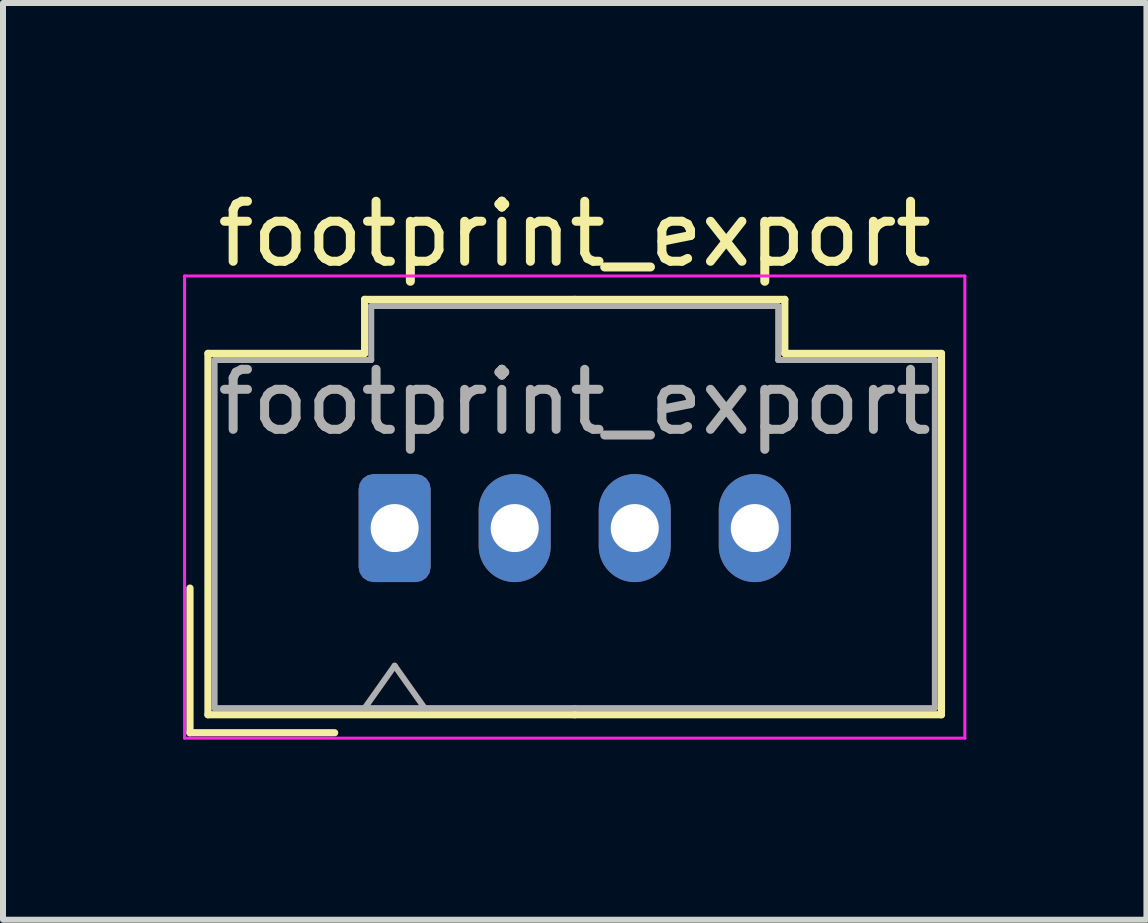
<source format=kicad_pcb>
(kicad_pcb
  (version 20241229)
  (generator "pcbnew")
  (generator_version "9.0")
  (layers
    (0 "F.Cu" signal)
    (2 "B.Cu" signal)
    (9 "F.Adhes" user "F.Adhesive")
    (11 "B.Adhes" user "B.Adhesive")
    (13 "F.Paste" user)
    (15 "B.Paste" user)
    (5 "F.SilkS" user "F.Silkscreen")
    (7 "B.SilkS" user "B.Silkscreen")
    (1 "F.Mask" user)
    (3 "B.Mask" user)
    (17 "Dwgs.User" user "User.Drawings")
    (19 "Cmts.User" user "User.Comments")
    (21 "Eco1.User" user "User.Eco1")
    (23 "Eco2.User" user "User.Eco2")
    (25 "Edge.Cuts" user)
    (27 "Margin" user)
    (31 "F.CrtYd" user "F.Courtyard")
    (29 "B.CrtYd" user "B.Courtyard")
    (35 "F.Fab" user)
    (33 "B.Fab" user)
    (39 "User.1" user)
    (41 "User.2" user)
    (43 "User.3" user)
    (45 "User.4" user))
  (footprint "footprint_export"
    (layer "F.Cu")
    (at 3.525 5.748)
    (property "Reference" "footprint_export" (at 3 -4.9 0) (layer "F.SilkS") (effects (font (size 1 1) (thickness 0.15))))
    (attr through_hole)
    (fp_line (start -3.41 1) (end -3.41 3.41) (stroke (width 0.12) (type solid)) (layer "F.SilkS"))
    (fp_line (start -3.41 3.41) (end -1 3.41) (stroke (width 0.12) (type solid)) (layer "F.SilkS"))
    (fp_line (start -3.11 -2.91) (end -3.11 3.11) (stroke (width 0.12) (type solid)) (layer "F.SilkS"))
    (fp_line (start -3.11 3.11) (end 3 3.11) (stroke (width 0.12) (type solid)) (layer "F.SilkS"))
    (fp_line (start -0.5 -3.81) (end -0.5 -2.91) (stroke (width 0.12) (type solid)) (layer "F.SilkS"))
    (fp_line (start -0.5 -2.91) (end -3.11 -2.91) (stroke (width 0.12) (type solid)) (layer "F.SilkS"))
    (fp_line (start 3 -3.81) (end -0.5 -3.81) (stroke (width 0.12) (type solid)) (layer "F.SilkS"))
    (fp_line (start 3 -3.81) (end 6.5 -3.81) (stroke (width 0.12) (type solid)) (layer "F.SilkS"))
    (fp_line (start 6.5 -3.81) (end 6.5 -2.91) (stroke (width 0.12) (type solid)) (layer "F.SilkS"))
    (fp_line (start 6.5 -2.91) (end 9.11 -2.91) (stroke (width 0.12) (type solid)) (layer "F.SilkS"))
    (fp_line (start 9.11 -2.91) (end 9.11 3.11) (stroke (width 0.12) (type solid)) (layer "F.SilkS"))
    (fp_line (start 9.11 3.11) (end 3 3.11) (stroke (width 0.12) (type solid)) (layer "F.SilkS"))
    (fp_line (start -3.5 -4.2) (end -3.5 3.5) (stroke (width 0.05) (type solid)) (layer "F.CrtYd"))
    (fp_line (start -3.5 3.5) (end 9.5 3.5) (stroke (width 0.05) (type solid)) (layer "F.CrtYd"))
    (fp_line (start 9.5 -4.2) (end -3.5 -4.2) (stroke (width 0.05) (type solid)) (layer "F.CrtYd"))
    (fp_line (start 9.5 3.5) (end 9.5 -4.2) (stroke (width 0.05) (type solid)) (layer "F.CrtYd"))
    (fp_line (start -3 -2.8) (end -3 3) (stroke (width 0.1) (type solid)) (layer "F.Fab"))
    (fp_line (start -3 3) (end 3 3) (stroke (width 0.1) (type solid)) (layer "F.Fab"))
    (fp_line (start -0.5 3) (end 0 2.293) (stroke (width 0.1) (type solid)) (layer "F.Fab"))
    (fp_line (start -0.39 -3.7) (end -0.39 -2.8) (stroke (width 0.1) (type solid)) (layer "F.Fab"))
    (fp_line (start -0.39 -2.8) (end -3 -2.8) (stroke (width 0.1) (type solid)) (layer "F.Fab"))
    (fp_line (start 0 2.293) (end 0.5 3) (stroke (width 0.1) (type solid)) (layer "F.Fab"))
    (fp_line (start 3 -3.7) (end -0.39 -3.7) (stroke (width 0.1) (type solid)) (layer "F.Fab"))
    (fp_line (start 3 -3.7) (end 6.39 -3.7) (stroke (width 0.1) (type solid)) (layer "F.Fab"))
    (fp_line (start 6.39 -3.7) (end 6.39 -2.8) (stroke (width 0.1) (type solid)) (layer "F.Fab"))
    (fp_line (start 6.39 -2.8) (end 9 -2.8) (stroke (width 0.1) (type solid)) (layer "F.Fab"))
    (fp_line (start 9 -2.8) (end 9 3) (stroke (width 0.1) (type solid)) (layer "F.Fab"))
    (fp_line (start 9 3) (end 3 3) (stroke (width 0.1) (type solid)) (layer "F.Fab"))
    (fp_text user "${REFERENCE}" (at 3 -2.1 0) (layer "F.Fab") (effects (font (size 1 1) (thickness 0.15))))
    (pad "1" thru_hole roundrect (at 0 0) (size 1.2 1.8) (drill 0.8) (layers "*.Cu" "*.Mask") (roundrect_rratio 0.208))
    (pad "2" thru_hole oval (at 2 0) (size 1.2 1.8) (drill 0.8) (layers "*.Cu" "*.Mask"))
    (pad "3" thru_hole oval (at 4 0) (size 1.2 1.8) (drill 0.8) (layers "*.Cu" "*.Mask"))
    (pad "4" thru_hole oval (at 6 0) (size 1.2 1.8) (drill 0.8) (layers "*.Cu" "*.Mask")))
  (gr_rect
    (start -3 -3)
    (end 16.05 12.273)
    (stroke (width 0.1) (type default))
    (fill no)
    (layer "Edge.Cuts")))
</source>
